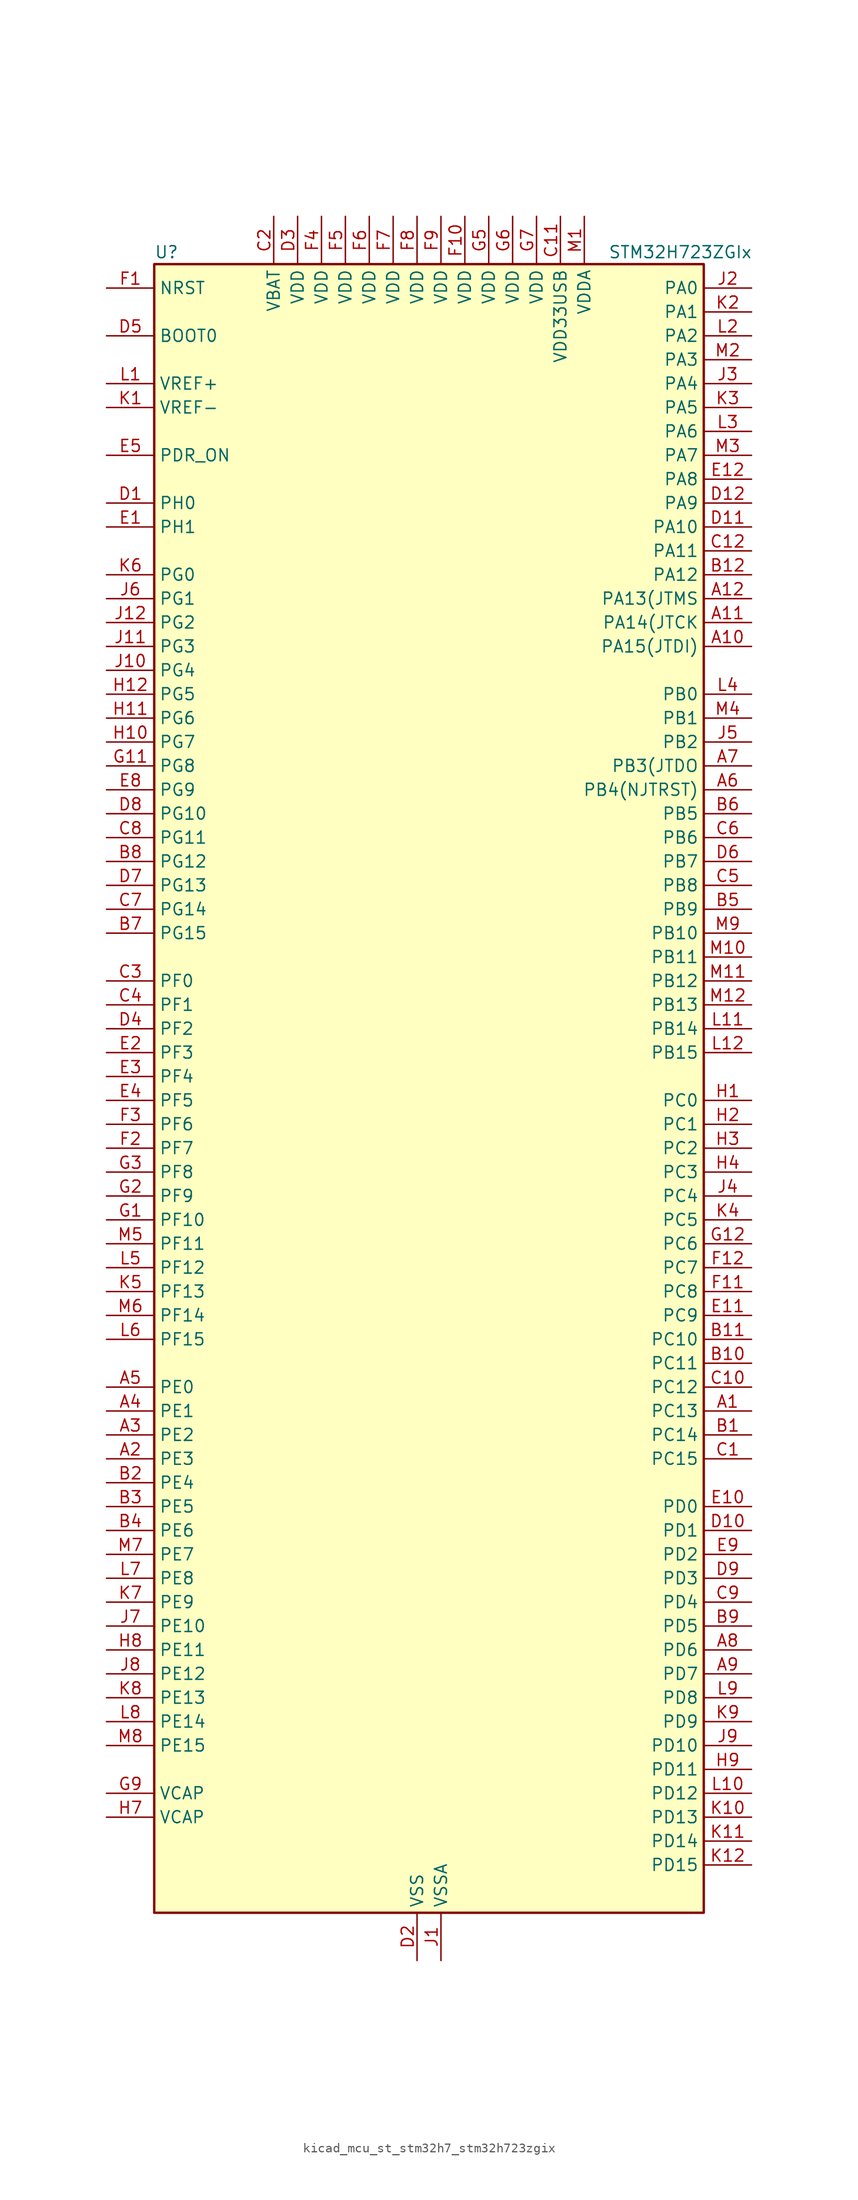
<source format=kicad_sym>
(kicad_symbol_lib
  (version 20220914)
  (generator kicad_symbol_editor)
  (symbol "kicad_mcu_st_stm32h7_stm32h723zgix"
    (property "Reference" "U"
      (at -27.94 90.17 0)
      (effects (font (size 1.27 1.27)) (justify left)))
    (property "Value" "STM32H723ZGIx"
      (at 20.32 90.17 0)
      (effects (font (size 1.27 1.27)) (justify left)))
    (property "ki_locked" ""
      (at 0 0 0)
      (effects (font (size 1.27 1.27))))
    (symbol "kicad_mcu_st_stm32h7_stm32h723zgix_0_1"
      (rectangle (start -27.94 -86.36) (end 30.48 88.9) (stroke (width 0.254) (type default)) (fill (type background))))
    (symbol "kicad_mcu_st_stm32h7_stm32h723zgix_1_1"
      (pin bidirectional line (at 35.56 -33.02 180) (length 5.08) (name "PC13" (effects (font (size 1.27 1.27)))) (number "A1" (effects (font (size 1.27 1.27)))) (alternate "PWR_WKUP4" bidirectional line) (alternate "RTC_OUT_ALARM" bidirectional line) (alternate "RTC_OUT_CALIB" bidirectional line) (alternate "RTC_TAMP1" bidirectional line) (alternate "RTC_TS" bidirectional line))
      (pin bidirectional line (at 35.56 48.26 180) (length 5.08) (name "PA15(JTDI)" (effects (font (size 1.27 1.27)))) (number "A10" (effects (font (size 1.27 1.27)))) (alternate "ADC1_EXTI15" bidirectional line) (alternate "ADC2_EXTI15" bidirectional line) (alternate "ADC3_EXTI15" bidirectional line) (alternate "CEC" bidirectional line) (alternate "DEBUG_JTDI" bidirectional line) (alternate "I2S1_WS" bidirectional line) (alternate "I2S3_WS" bidirectional line) (alternate "I2S6_WS" bidirectional line) (alternate "LTDC_B6" bidirectional line) (alternate "LTDC_R3" bidirectional line) (alternate "SPI1_NSS" bidirectional line) (alternate "SPI3_NSS" bidirectional line) (alternate "SPI6_NSS" bidirectional line) (alternate "TIM2_CH1" bidirectional line) (alternate "TIM2_ETR" bidirectional line) (alternate "UART4_DE" bidirectional line) (alternate "UART4_RTS" bidirectional line) (alternate "UART7_TX" bidirectional line))
      (pin bidirectional line (at 35.56 50.8 180) (length 5.08) (name "PA14(JTCK" (effects (font (size 1.27 1.27)))) (number "A11" (effects (font (size 1.27 1.27)))) (alternate "DEBUG_JTCK-SWCLK" bidirectional line))
      (pin bidirectional line (at 35.56 53.34 180) (length 5.08) (name "PA13(JTMS" (effects (font (size 1.27 1.27)))) (number "A12" (effects (font (size 1.27 1.27)))) (alternate "DEBUG_JTMS-SWDIO" bidirectional line))
      (pin bidirectional line (at -33.02 -38.1 0) (length 5.08) (name "PE3" (effects (font (size 1.27 1.27)))) (number "A2" (effects (font (size 1.27 1.27)))) (alternate "DEBUG_TRACED0" bidirectional line) (alternate "FMC_A19" bidirectional line) (alternate "SAI1_SD_B" bidirectional line) (alternate "SAI4_SD_B" bidirectional line) (alternate "TIM15_BKIN" bidirectional line) (alternate "USART10_TX" bidirectional line))
      (pin bidirectional line (at -33.02 -35.56 0) (length 5.08) (name "PE2" (effects (font (size 1.27 1.27)))) (number "A3" (effects (font (size 1.27 1.27)))) (alternate "DEBUG_TRACECLK" bidirectional line) (alternate "ETH_TXD3" bidirectional line) (alternate "FMC_A23" bidirectional line) (alternate "OCTOSPIM_P1_IO2" bidirectional line) (alternate "SAI1_CK1" bidirectional line) (alternate "SAI1_MCLK_A" bidirectional line) (alternate "SAI4_CK1" bidirectional line) (alternate "SAI4_MCLK_A" bidirectional line) (alternate "SPI4_SCK" bidirectional line) (alternate "USART10_RX" bidirectional line))
      (pin bidirectional line (at -33.02 -33.02 0) (length 5.08) (name "PE1" (effects (font (size 1.27 1.27)))) (number "A4" (effects (font (size 1.27 1.27)))) (alternate "DCMI_D3" bidirectional line) (alternate "FMC_NBL1" bidirectional line) (alternate "LPTIM1_IN2" bidirectional line) (alternate "LTDC_R6" bidirectional line) (alternate "PSSI_D3" bidirectional line) (alternate "UART8_TX" bidirectional line))
      (pin bidirectional line (at -33.02 -30.48 0) (length 5.08) (name "PE0" (effects (font (size 1.27 1.27)))) (number "A5" (effects (font (size 1.27 1.27)))) (alternate "DCMI_D2" bidirectional line) (alternate "FMC_NBL0" bidirectional line) (alternate "LPTIM1_ETR" bidirectional line) (alternate "LPTIM2_ETR" bidirectional line) (alternate "LTDC_R0" bidirectional line) (alternate "PSSI_D2" bidirectional line) (alternate "SAI4_MCLK_A" bidirectional line) (alternate "TIM4_ETR" bidirectional line) (alternate "UART8_RX" bidirectional line))
      (pin bidirectional line (at 35.56 33.02 180) (length 5.08) (name "PB4(NJTRST)" (effects (font (size 1.27 1.27)))) (number "A6" (effects (font (size 1.27 1.27)))) (alternate "DEBUG_JTRST" bidirectional line) (alternate "I2S1_SDI" bidirectional line) (alternate "I2S2_WS" bidirectional line) (alternate "I2S3_SDI" bidirectional line) (alternate "I2S6_SDI" bidirectional line) (alternate "SDMMC2_D3" bidirectional line) (alternate "SPI1_MISO" bidirectional line) (alternate "SPI2_NSS" bidirectional line) (alternate "SPI3_MISO" bidirectional line) (alternate "SPI6_MISO" bidirectional line) (alternate "TIM16_BKIN" bidirectional line) (alternate "TIM3_CH1" bidirectional line) (alternate "UART7_TX" bidirectional line))
      (pin bidirectional line (at 35.56 35.56 180) (length 5.08) (name "PB3(JTDO" (effects (font (size 1.27 1.27)))) (number "A7" (effects (font (size 1.27 1.27)))) (alternate "CRS_SYNC" bidirectional line) (alternate "DEBUG_JTDO-SWO" bidirectional line) (alternate "I2S1_CK" bidirectional line) (alternate "I2S3_CK" bidirectional line) (alternate "I2S6_CK" bidirectional line) (alternate "SDMMC2_D2" bidirectional line) (alternate "SPI1_SCK" bidirectional line) (alternate "SPI3_SCK" bidirectional line) (alternate "SPI6_SCK" bidirectional line) (alternate "TIM24_ETR" bidirectional line) (alternate "TIM2_CH2" bidirectional line) (alternate "UART7_RX" bidirectional line))
      (pin bidirectional line (at 35.56 -58.42 180) (length 5.08) (name "PD6" (effects (font (size 1.27 1.27)))) (number "A8" (effects (font (size 1.27 1.27)))) (alternate "DCMI_D10" bidirectional line) (alternate "DFSDM1_CKIN4" bidirectional line) (alternate "DFSDM1_DATIN1" bidirectional line) (alternate "FMC_NWAIT" bidirectional line) (alternate "I2S3_SDO" bidirectional line) (alternate "LTDC_B2" bidirectional line) (alternate "OCTOSPIM_P1_IO6" bidirectional line) (alternate "PSSI_D10" bidirectional line) (alternate "SAI1_D1" bidirectional line) (alternate "SAI1_SD_A" bidirectional line) (alternate "SAI4_D1" bidirectional line) (alternate "SAI4_SD_A" bidirectional line) (alternate "SDMMC2_CK" bidirectional line) (alternate "SPI3_MOSI" bidirectional line) (alternate "USART2_RX" bidirectional line))
      (pin bidirectional line (at 35.56 -60.96 180) (length 5.08) (name "PD7" (effects (font (size 1.27 1.27)))) (number "A9" (effects (font (size 1.27 1.27)))) (alternate "DFSDM1_CKIN1" bidirectional line) (alternate "DFSDM1_DATIN4" bidirectional line) (alternate "FMC_NE1" bidirectional line) (alternate "I2S1_SDO" bidirectional line) (alternate "OCTOSPIM_P1_IO7" bidirectional line) (alternate "SDMMC2_CMD" bidirectional line) (alternate "SPDIFRX1_IN0" bidirectional line) (alternate "SPI1_MOSI" bidirectional line) (alternate "USART2_CK" bidirectional line))
      (pin bidirectional line (at 35.56 -35.56 180) (length 5.08) (name "PC14" (effects (font (size 1.27 1.27)))) (number "B1" (effects (font (size 1.27 1.27)))) (alternate "RCC_OSC32_IN" bidirectional line))
      (pin bidirectional line (at 35.56 -27.94 180) (length 5.08) (name "PC11" (effects (font (size 1.27 1.27)))) (number "B10" (effects (font (size 1.27 1.27)))) (alternate "ADC1_EXTI11" bidirectional line) (alternate "ADC2_EXTI11" bidirectional line) (alternate "ADC3_EXTI11" bidirectional line) (alternate "DCMI_D4" bidirectional line) (alternate "DFSDM1_DATIN5" bidirectional line) (alternate "I2C5_SCL" bidirectional line) (alternate "I2S3_SDI" bidirectional line) (alternate "LTDC_B4" bidirectional line) (alternate "OCTOSPIM_P1_NCS" bidirectional line) (alternate "PSSI_D4" bidirectional line) (alternate "SDMMC1_D3" bidirectional line) (alternate "SPI3_MISO" bidirectional line) (alternate "UART4_RX" bidirectional line) (alternate "USART3_RX" bidirectional line))
      (pin bidirectional line (at 35.56 -25.4 180) (length 5.08) (name "PC10" (effects (font (size 1.27 1.27)))) (number "B11" (effects (font (size 1.27 1.27)))) (alternate "DCMI_D8" bidirectional line) (alternate "DFSDM1_CKIN5" bidirectional line) (alternate "I2C5_SDA" bidirectional line) (alternate "I2S3_CK" bidirectional line) (alternate "LTDC_B1" bidirectional line) (alternate "LTDC_R2" bidirectional line) (alternate "OCTOSPIM_P1_IO1" bidirectional line) (alternate "PSSI_D8" bidirectional line) (alternate "SDMMC1_D2" bidirectional line) (alternate "SPI3_SCK" bidirectional line) (alternate "SWPMI1_RX" bidirectional line) (alternate "UART4_TX" bidirectional line) (alternate "USART3_TX" bidirectional line))
      (pin bidirectional line (at 35.56 55.88 180) (length 5.08) (name "PA12" (effects (font (size 1.27 1.27)))) (number "B12" (effects (font (size 1.27 1.27)))) (alternate "FDCAN1_TX" bidirectional line) (alternate "I2S2_CK" bidirectional line) (alternate "LPUART1_DE" bidirectional line) (alternate "LPUART1_RTS" bidirectional line) (alternate "LTDC_R5" bidirectional line) (alternate "SAI4_FS_B" bidirectional line) (alternate "SPI2_SCK" bidirectional line) (alternate "TIM1_BKIN2" bidirectional line) (alternate "TIM1_ETR" bidirectional line) (alternate "UART4_TX" bidirectional line) (alternate "USART1_DE" bidirectional line) (alternate "USART1_RTS" bidirectional line) (alternate "USB_OTG_HS_DP" bidirectional line))
      (pin bidirectional line (at -33.02 -40.64 0) (length 5.08) (name "PE4" (effects (font (size 1.27 1.27)))) (number "B2" (effects (font (size 1.27 1.27)))) (alternate "DCMI_D4" bidirectional line) (alternate "DEBUG_TRACED1" bidirectional line) (alternate "DFSDM1_DATIN3" bidirectional line) (alternate "FMC_A20" bidirectional line) (alternate "LTDC_B0" bidirectional line) (alternate "PSSI_D4" bidirectional line) (alternate "SAI1_D2" bidirectional line) (alternate "SAI1_FS_A" bidirectional line) (alternate "SAI4_D2" bidirectional line) (alternate "SAI4_FS_A" bidirectional line) (alternate "SPI4_NSS" bidirectional line) (alternate "TIM15_CH1N" bidirectional line))
      (pin bidirectional line (at -33.02 -43.18 0) (length 5.08) (name "PE5" (effects (font (size 1.27 1.27)))) (number "B3" (effects (font (size 1.27 1.27)))) (alternate "DCMI_D6" bidirectional line) (alternate "DEBUG_TRACED2" bidirectional line) (alternate "DFSDM1_CKIN3" bidirectional line) (alternate "FMC_A21" bidirectional line) (alternate "LTDC_G0" bidirectional line) (alternate "PSSI_D6" bidirectional line) (alternate "SAI1_CK2" bidirectional line) (alternate "SAI1_SCK_A" bidirectional line) (alternate "SAI4_CK2" bidirectional line) (alternate "SAI4_SCK_A" bidirectional line) (alternate "SPI4_MISO" bidirectional line) (alternate "TIM15_CH1" bidirectional line))
      (pin bidirectional line (at -33.02 -45.72 0) (length 5.08) (name "PE6" (effects (font (size 1.27 1.27)))) (number "B4" (effects (font (size 1.27 1.27)))) (alternate "DCMI_D7" bidirectional line) (alternate "DEBUG_TRACED3" bidirectional line) (alternate "FMC_A22" bidirectional line) (alternate "LTDC_G1" bidirectional line) (alternate "PSSI_D7" bidirectional line) (alternate "SAI1_D1" bidirectional line) (alternate "SAI1_SD_A" bidirectional line) (alternate "SAI4_D1" bidirectional line) (alternate "SAI4_MCLK_B" bidirectional line) (alternate "SAI4_SD_A" bidirectional line) (alternate "SPI4_MOSI" bidirectional line) (alternate "TIM15_CH2" bidirectional line) (alternate "TIM1_BKIN2" bidirectional line) (alternate "TIM1_BKIN2_COMP1" bidirectional line) (alternate "TIM1_BKIN2_COMP2" bidirectional line))
      (pin bidirectional line (at 35.56 20.32 180) (length 5.08) (name "PB9" (effects (font (size 1.27 1.27)))) (number "B5" (effects (font (size 1.27 1.27)))) (alternate "DAC1_EXTI9" bidirectional line) (alternate "DCMI_D7" bidirectional line) (alternate "DFSDM1_DATIN7" bidirectional line) (alternate "FDCAN1_TX" bidirectional line) (alternate "I2C1_SDA" bidirectional line) (alternate "I2C4_SDA" bidirectional line) (alternate "I2C4_SMBA" bidirectional line) (alternate "I2S2_WS" bidirectional line) (alternate "LTDC_B7" bidirectional line) (alternate "PSSI_D7" bidirectional line) (alternate "SDMMC1_CDIR" bidirectional line) (alternate "SDMMC1_D5" bidirectional line) (alternate "SDMMC2_D5" bidirectional line) (alternate "SPI2_NSS" bidirectional line) (alternate "TIM17_CH1" bidirectional line) (alternate "TIM4_CH4" bidirectional line) (alternate "UART4_TX" bidirectional line))
      (pin bidirectional line (at 35.56 30.48 180) (length 5.08) (name "PB5" (effects (font (size 1.27 1.27)))) (number "B6" (effects (font (size 1.27 1.27)))) (alternate "DCMI_D10" bidirectional line) (alternate "ETH_PPS_OUT" bidirectional line) (alternate "FDCAN2_RX" bidirectional line) (alternate "FMC_SDCKE1" bidirectional line) (alternate "I2C1_SMBA" bidirectional line) (alternate "I2C4_SMBA" bidirectional line) (alternate "I2S1_SDO" bidirectional line) (alternate "I2S3_SDO" bidirectional line) (alternate "I2S6_SDO" bidirectional line) (alternate "LTDC_B5" bidirectional line) (alternate "PSSI_D10" bidirectional line) (alternate "SPI1_MOSI" bidirectional line) (alternate "SPI3_MOSI" bidirectional line) (alternate "SPI6_MOSI" bidirectional line) (alternate "TIM17_BKIN" bidirectional line) (alternate "TIM3_CH2" bidirectional line) (alternate "UART5_RX" bidirectional line) (alternate "USB_OTG_HS_ULPI_D7" bidirectional line))
      (pin bidirectional line (at -33.02 17.78 0) (length 5.08) (name "PG15" (effects (font (size 1.27 1.27)))) (number "B7" (effects (font (size 1.27 1.27)))) (alternate "ADC1_EXTI15" bidirectional line) (alternate "ADC2_EXTI15" bidirectional line) (alternate "ADC3_EXTI15" bidirectional line) (alternate "DCMI_D13" bidirectional line) (alternate "FMC_SDNCAS" bidirectional line) (alternate "OCTOSPIM_P2_DQS" bidirectional line) (alternate "PSSI_D13" bidirectional line) (alternate "USART10_CK" bidirectional line) (alternate "USART6_CTS" bidirectional line) (alternate "USART6_NSS" bidirectional line))
      (pin bidirectional line (at -33.02 25.4 0) (length 5.08) (name "PG12" (effects (font (size 1.27 1.27)))) (number "B8" (effects (font (size 1.27 1.27)))) (alternate "ETH_TXD1" bidirectional line) (alternate "FMC_NE4" bidirectional line) (alternate "I2S6_SDI" bidirectional line) (alternate "LPTIM1_IN1" bidirectional line) (alternate "LTDC_B1" bidirectional line) (alternate "LTDC_B4" bidirectional line) (alternate "OCTOSPIM_P2_NCS" bidirectional line) (alternate "SDMMC2_D3" bidirectional line) (alternate "SPDIFRX1_IN1" bidirectional line) (alternate "SPI6_MISO" bidirectional line) (alternate "TIM23_CH1" bidirectional line) (alternate "USART10_TX" bidirectional line) (alternate "USART6_DE" bidirectional line) (alternate "USART6_RTS" bidirectional line))
      (pin bidirectional line (at 35.56 -55.88 180) (length 5.08) (name "PD5" (effects (font (size 1.27 1.27)))) (number "B9" (effects (font (size 1.27 1.27)))) (alternate "FMC_NWE" bidirectional line) (alternate "OCTOSPIM_P1_IO5" bidirectional line) (alternate "USART2_TX" bidirectional line))
      (pin bidirectional line (at 35.56 -38.1 180) (length 5.08) (name "PC15" (effects (font (size 1.27 1.27)))) (number "C1" (effects (font (size 1.27 1.27)))) (alternate "ADC1_EXTI15" bidirectional line) (alternate "ADC2_EXTI15" bidirectional line) (alternate "ADC3_EXTI15" bidirectional line) (alternate "RCC_OSC32_OUT" bidirectional line))
      (pin bidirectional line (at 35.56 -30.48 180) (length 5.08) (name "PC12" (effects (font (size 1.27 1.27)))) (number "C10" (effects (font (size 1.27 1.27)))) (alternate "DCMI_D9" bidirectional line) (alternate "DEBUG_TRACED3" bidirectional line) (alternate "FMC_D6" bidirectional line) (alternate "FMC_DA6" bidirectional line) (alternate "I2C5_SMBA" bidirectional line) (alternate "I2S3_SDO" bidirectional line) (alternate "I2S6_CK" bidirectional line) (alternate "LTDC_R6" bidirectional line) (alternate "PSSI_D9" bidirectional line) (alternate "SDMMC1_CK" bidirectional line) (alternate "SPI3_MOSI" bidirectional line) (alternate "SPI6_SCK" bidirectional line) (alternate "TIM15_CH1" bidirectional line) (alternate "UART5_TX" bidirectional line) (alternate "USART3_CK" bidirectional line))
      (pin power_in line (at 15.24 93.98 270) (length 5.08) (name "VDD33USB" (effects (font (size 1.27 1.27)))) (number "C11" (effects (font (size 1.27 1.27)))))
      (pin bidirectional line (at 35.56 58.42 180) (length 5.08) (name "PA11" (effects (font (size 1.27 1.27)))) (number "C12" (effects (font (size 1.27 1.27)))) (alternate "ADC1_EXTI11" bidirectional line) (alternate "ADC2_EXTI11" bidirectional line) (alternate "ADC3_EXTI11" bidirectional line) (alternate "FDCAN1_RX" bidirectional line) (alternate "I2S2_WS" bidirectional line) (alternate "LPUART1_CTS" bidirectional line) (alternate "LTDC_R4" bidirectional line) (alternate "SPI2_NSS" bidirectional line) (alternate "TIM1_CH4" bidirectional line) (alternate "UART4_RX" bidirectional line) (alternate "USART1_CTS" bidirectional line) (alternate "USART1_NSS" bidirectional line) (alternate "USB_OTG_HS_DM" bidirectional line))
      (pin power_in line (at -15.24 93.98 270) (length 5.08) (name "VBAT" (effects (font (size 1.27 1.27)))) (number "C2" (effects (font (size 1.27 1.27)))))
      (pin bidirectional line (at -33.02 12.7 0) (length 5.08) (name "PF0" (effects (font (size 1.27 1.27)))) (number "C3" (effects (font (size 1.27 1.27)))) (alternate "FMC_A0" bidirectional line) (alternate "I2C2_SDA" bidirectional line) (alternate "I2C5_SDA" bidirectional line) (alternate "OCTOSPIM_P2_IO0" bidirectional line) (alternate "TIM23_CH1" bidirectional line))
      (pin bidirectional line (at -33.02 10.16 0) (length 5.08) (name "PF1" (effects (font (size 1.27 1.27)))) (number "C4" (effects (font (size 1.27 1.27)))) (alternate "FMC_A1" bidirectional line) (alternate "I2C2_SCL" bidirectional line) (alternate "I2C5_SCL" bidirectional line) (alternate "OCTOSPIM_P2_IO1" bidirectional line) (alternate "TIM23_CH2" bidirectional line))
      (pin bidirectional line (at 35.56 22.86 180) (length 5.08) (name "PB8" (effects (font (size 1.27 1.27)))) (number "C5" (effects (font (size 1.27 1.27)))) (alternate "DCMI_D6" bidirectional line) (alternate "DFSDM1_CKIN7" bidirectional line) (alternate "ETH_TXD3" bidirectional line) (alternate "FDCAN1_RX" bidirectional line) (alternate "I2C1_SCL" bidirectional line) (alternate "I2C4_SCL" bidirectional line) (alternate "LTDC_B6" bidirectional line) (alternate "PSSI_D6" bidirectional line) (alternate "SDMMC1_CKIN" bidirectional line) (alternate "SDMMC1_D4" bidirectional line) (alternate "SDMMC2_D4" bidirectional line) (alternate "TIM16_CH1" bidirectional line) (alternate "TIM4_CH3" bidirectional line) (alternate "UART4_RX" bidirectional line))
      (pin bidirectional line (at 35.56 27.94 180) (length 5.08) (name "PB6" (effects (font (size 1.27 1.27)))) (number "C6" (effects (font (size 1.27 1.27)))) (alternate "CEC" bidirectional line) (alternate "DCMI_D5" bidirectional line) (alternate "DFSDM1_DATIN5" bidirectional line) (alternate "FDCAN2_TX" bidirectional line) (alternate "FMC_SDNE1" bidirectional line) (alternate "I2C1_SCL" bidirectional line) (alternate "I2C4_SCL" bidirectional line) (alternate "LPUART1_TX" bidirectional line) (alternate "OCTOSPIM_P1_NCS" bidirectional line) (alternate "PSSI_D5" bidirectional line) (alternate "TIM16_CH1N" bidirectional line) (alternate "TIM4_CH1" bidirectional line) (alternate "UART5_TX" bidirectional line) (alternate "USART1_TX" bidirectional line))
      (pin bidirectional line (at -33.02 20.32 0) (length 5.08) (name "PG14" (effects (font (size 1.27 1.27)))) (number "C7" (effects (font (size 1.27 1.27)))) (alternate "DEBUG_TRACED1" bidirectional line) (alternate "ETH_TXD1" bidirectional line) (alternate "FMC_A25" bidirectional line) (alternate "I2S6_SDO" bidirectional line) (alternate "LPTIM1_ETR" bidirectional line) (alternate "LTDC_B0" bidirectional line) (alternate "OCTOSPIM_P1_IO7" bidirectional line) (alternate "SDMMC2_D7" bidirectional line) (alternate "SPI6_MOSI" bidirectional line) (alternate "TIM23_CH3" bidirectional line) (alternate "USART10_DE" bidirectional line) (alternate "USART10_RTS" bidirectional line) (alternate "USART6_TX" bidirectional line))
      (pin bidirectional line (at -33.02 27.94 0) (length 5.08) (name "PG11" (effects (font (size 1.27 1.27)))) (number "C8" (effects (font (size 1.27 1.27)))) (alternate "ADC1_EXTI11" bidirectional line) (alternate "ADC2_EXTI11" bidirectional line) (alternate "ADC3_EXTI11" bidirectional line) (alternate "DCMI_D3" bidirectional line) (alternate "ETH_TX_EN" bidirectional line) (alternate "I2S1_CK" bidirectional line) (alternate "LPTIM1_IN2" bidirectional line) (alternate "LTDC_B3" bidirectional line) (alternate "OCTOSPIM_P2_IO7" bidirectional line) (alternate "PSSI_D3" bidirectional line) (alternate "SDMMC2_D2" bidirectional line) (alternate "SPDIFRX1_IN0" bidirectional line) (alternate "SPI1_SCK" bidirectional line) (alternate "USART10_RX" bidirectional line))
      (pin bidirectional line (at 35.56 -53.34 180) (length 5.08) (name "PD4" (effects (font (size 1.27 1.27)))) (number "C9" (effects (font (size 1.27 1.27)))) (alternate "FMC_NOE" bidirectional line) (alternate "OCTOSPIM_P1_IO4" bidirectional line) (alternate "USART2_DE" bidirectional line) (alternate "USART2_RTS" bidirectional line))
      (pin bidirectional line (at -33.02 63.5 0) (length 5.08) (name "PH0" (effects (font (size 1.27 1.27)))) (number "D1" (effects (font (size 1.27 1.27)))) (alternate "RCC_OSC_IN" bidirectional line))
      (pin bidirectional line (at 35.56 -45.72 180) (length 5.08) (name "PD1" (effects (font (size 1.27 1.27)))) (number "D10" (effects (font (size 1.27 1.27)))) (alternate "DFSDM1_DATIN6" bidirectional line) (alternate "FDCAN1_TX" bidirectional line) (alternate "FMC_D3" bidirectional line) (alternate "FMC_DA3" bidirectional line) (alternate "UART4_TX" bidirectional line))
      (pin bidirectional line (at 35.56 60.96 180) (length 5.08) (name "PA10" (effects (font (size 1.27 1.27)))) (number "D11" (effects (font (size 1.27 1.27)))) (alternate "DCMI_D1" bidirectional line) (alternate "LPUART1_RX" bidirectional line) (alternate "LTDC_B1" bidirectional line) (alternate "LTDC_B4" bidirectional line) (alternate "MDIOS_MDIO" bidirectional line) (alternate "PSSI_D1" bidirectional line) (alternate "TIM1_CH3" bidirectional line) (alternate "USART1_RX" bidirectional line) (alternate "USB_OTG_HS_ID" bidirectional line))
      (pin bidirectional line (at 35.56 63.5 180) (length 5.08) (name "PA9" (effects (font (size 1.27 1.27)))) (number "D12" (effects (font (size 1.27 1.27)))) (alternate "DAC1_EXTI9" bidirectional line) (alternate "DCMI_D0" bidirectional line) (alternate "ETH_TX_ER" bidirectional line) (alternate "I2C3_SMBA" bidirectional line) (alternate "I2C5_SMBA" bidirectional line) (alternate "I2S2_CK" bidirectional line) (alternate "LPUART1_TX" bidirectional line) (alternate "LTDC_R5" bidirectional line) (alternate "PSSI_D0" bidirectional line) (alternate "SPI2_SCK" bidirectional line) (alternate "TIM1_CH2" bidirectional line) (alternate "USART1_TX" bidirectional line) (alternate "USB_OTG_HS_VBUS" bidirectional line))
      (pin power_in line (at 0 -91.44 90) (length 5.08) (name "VSS" (effects (font (size 1.27 1.27)))) (number "D2" (effects (font (size 1.27 1.27)))))
      (pin power_in line (at -12.7 93.98 270) (length 5.08) (name "VDD" (effects (font (size 1.27 1.27)))) (number "D3" (effects (font (size 1.27 1.27)))))
      (pin bidirectional line (at -33.02 7.62 0) (length 5.08) (name "PF2" (effects (font (size 1.27 1.27)))) (number "D4" (effects (font (size 1.27 1.27)))) (alternate "FMC_A2" bidirectional line) (alternate "I2C2_SMBA" bidirectional line) (alternate "I2C5_SMBA" bidirectional line) (alternate "OCTOSPIM_P2_IO2" bidirectional line) (alternate "TIM23_CH3" bidirectional line))
      (pin input line (at -33.02 81.28 0) (length 5.08) (name "BOOT0" (effects (font (size 1.27 1.27)))) (number "D5" (effects (font (size 1.27 1.27)))))
      (pin bidirectional line (at 35.56 25.4 180) (length 5.08) (name "PB7" (effects (font (size 1.27 1.27)))) (number "D6" (effects (font (size 1.27 1.27)))) (alternate "DCMI_VSYNC" bidirectional line) (alternate "DFSDM1_CKIN5" bidirectional line) (alternate "FMC_NL" bidirectional line) (alternate "I2C1_SDA" bidirectional line) (alternate "I2C4_SDA" bidirectional line) (alternate "LPUART1_RX" bidirectional line) (alternate "PSSI_RDY" bidirectional line) (alternate "PWR_PVD_IN" bidirectional line) (alternate "TIM17_CH1N" bidirectional line) (alternate "TIM4_CH2" bidirectional line) (alternate "USART1_RX" bidirectional line))
      (pin bidirectional line (at -33.02 22.86 0) (length 5.08) (name "PG13" (effects (font (size 1.27 1.27)))) (number "D7" (effects (font (size 1.27 1.27)))) (alternate "DEBUG_TRACED0" bidirectional line) (alternate "ETH_TXD0" bidirectional line) (alternate "FMC_A24" bidirectional line) (alternate "I2S6_CK" bidirectional line) (alternate "LPTIM1_OUT" bidirectional line) (alternate "LTDC_R0" bidirectional line) (alternate "SDMMC2_D6" bidirectional line) (alternate "SPI6_SCK" bidirectional line) (alternate "TIM23_CH2" bidirectional line) (alternate "USART10_CTS" bidirectional line) (alternate "USART10_NSS" bidirectional line) (alternate "USART6_CTS" bidirectional line) (alternate "USART6_NSS" bidirectional line))
      (pin bidirectional line (at -33.02 30.48 0) (length 5.08) (name "PG10" (effects (font (size 1.27 1.27)))) (number "D8" (effects (font (size 1.27 1.27)))) (alternate "DCMI_D2" bidirectional line) (alternate "FDCAN3_RX" bidirectional line) (alternate "FMC_NE3" bidirectional line) (alternate "I2S1_WS" bidirectional line) (alternate "LTDC_B2" bidirectional line) (alternate "LTDC_G3" bidirectional line) (alternate "OCTOSPIM_P2_IO6" bidirectional line) (alternate "PSSI_D2" bidirectional line) (alternate "SAI4_SD_B" bidirectional line) (alternate "SDMMC2_D1" bidirectional line) (alternate "SPI1_NSS" bidirectional line))
      (pin bidirectional line (at 35.56 -50.8 180) (length 5.08) (name "PD3" (effects (font (size 1.27 1.27)))) (number "D9" (effects (font (size 1.27 1.27)))) (alternate "DCMI_D5" bidirectional line) (alternate "DFSDM1_CKOUT" bidirectional line) (alternate "FMC_CLK" bidirectional line) (alternate "I2S2_CK" bidirectional line) (alternate "LTDC_G7" bidirectional line) (alternate "PSSI_D5" bidirectional line) (alternate "SPI2_SCK" bidirectional line) (alternate "USART2_CTS" bidirectional line) (alternate "USART2_NSS" bidirectional line))
      (pin bidirectional line (at -33.02 60.96 0) (length 5.08) (name "PH1" (effects (font (size 1.27 1.27)))) (number "E1" (effects (font (size 1.27 1.27)))) (alternate "RCC_OSC_OUT" bidirectional line))
      (pin bidirectional line (at 35.56 -43.18 180) (length 5.08) (name "PD0" (effects (font (size 1.27 1.27)))) (number "E10" (effects (font (size 1.27 1.27)))) (alternate "DFSDM1_CKIN6" bidirectional line) (alternate "FDCAN1_RX" bidirectional line) (alternate "FMC_D2" bidirectional line) (alternate "FMC_DA2" bidirectional line) (alternate "LTDC_B1" bidirectional line) (alternate "UART4_RX" bidirectional line) (alternate "UART9_CTS" bidirectional line))
      (pin bidirectional line (at 35.56 -22.86 180) (length 5.08) (name "PC9" (effects (font (size 1.27 1.27)))) (number "E11" (effects (font (size 1.27 1.27)))) (alternate "DAC1_EXTI9" bidirectional line) (alternate "DCMI_D3" bidirectional line) (alternate "I2C3_SDA" bidirectional line) (alternate "I2C5_SDA" bidirectional line) (alternate "I2S_CKIN" bidirectional line) (alternate "LTDC_B2" bidirectional line) (alternate "LTDC_G3" bidirectional line) (alternate "OCTOSPIM_P1_IO0" bidirectional line) (alternate "PSSI_D3" bidirectional line) (alternate "RCC_MCO_2" bidirectional line) (alternate "SDMMC1_D1" bidirectional line) (alternate "SWPMI1_SUSPEND" bidirectional line) (alternate "TIM3_CH4" bidirectional line) (alternate "TIM8_CH4" bidirectional line) (alternate "UART5_CTS" bidirectional line))
      (pin bidirectional line (at 35.56 66.04 180) (length 5.08) (name "PA8" (effects (font (size 1.27 1.27)))) (number "E12" (effects (font (size 1.27 1.27)))) (alternate "I2C3_SCL" bidirectional line) (alternate "I2C5_SCL" bidirectional line) (alternate "LTDC_B3" bidirectional line) (alternate "LTDC_R6" bidirectional line) (alternate "RCC_MCO_1" bidirectional line) (alternate "TIM1_CH1" bidirectional line) (alternate "TIM8_BKIN2" bidirectional line) (alternate "TIM8_BKIN2_COMP1" bidirectional line) (alternate "TIM8_BKIN2_COMP2" bidirectional line) (alternate "UART7_RX" bidirectional line) (alternate "USART1_CK" bidirectional line) (alternate "USB_OTG_HS_SOF" bidirectional line))
      (pin bidirectional line (at -33.02 5.08 0) (length 5.08) (name "PF3" (effects (font (size 1.27 1.27)))) (number "E2" (effects (font (size 1.27 1.27)))) (alternate "ADC3_INP5" bidirectional line) (alternate "FMC_A3" bidirectional line) (alternate "OCTOSPIM_P2_IO3" bidirectional line) (alternate "TIM23_CH4" bidirectional line))
      (pin bidirectional line (at -33.02 2.54 0) (length 5.08) (name "PF4" (effects (font (size 1.27 1.27)))) (number "E3" (effects (font (size 1.27 1.27)))) (alternate "ADC3_INN5" bidirectional line) (alternate "ADC3_INP9" bidirectional line) (alternate "FMC_A4" bidirectional line) (alternate "OCTOSPIM_P2_CLK" bidirectional line))
      (pin bidirectional line (at -33.02 0 0) (length 5.08) (name "PF5" (effects (font (size 1.27 1.27)))) (number "E4" (effects (font (size 1.27 1.27)))) (alternate "ADC3_INP4" bidirectional line) (alternate "FMC_A5" bidirectional line) (alternate "OCTOSPIM_P2_NCLK" bidirectional line))
      (pin input line (at -33.02 68.58 0) (length 5.08) (name "PDR_ON" (effects (font (size 1.27 1.27)))) (number "E5" (effects (font (size 1.27 1.27)))))
      (pin passive line (at 0 -91.44 90) (length 5.08) hide (name "VSS" (effects (font (size 1.27 1.27)))) (number "E6" (effects (font (size 1.27 1.27)))))
      (pin passive line (at 0 -91.44 90) (length 5.08) hide (name "VSS" (effects (font (size 1.27 1.27)))) (number "E7" (effects (font (size 1.27 1.27)))))
      (pin bidirectional line (at -33.02 33.02 0) (length 5.08) (name "PG9" (effects (font (size 1.27 1.27)))) (number "E8" (effects (font (size 1.27 1.27)))) (alternate "DAC1_EXTI9" bidirectional line) (alternate "DCMI_VSYNC" bidirectional line) (alternate "FDCAN3_TX" bidirectional line) (alternate "FMC_NCE" bidirectional line) (alternate "FMC_NE2" bidirectional line) (alternate "I2S1_SDI" bidirectional line) (alternate "OCTOSPIM_P1_IO6" bidirectional line) (alternate "PSSI_RDY" bidirectional line) (alternate "SAI4_FS_B" bidirectional line) (alternate "SDMMC2_D0" bidirectional line) (alternate "SPDIFRX1_IN3" bidirectional line) (alternate "SPI1_MISO" bidirectional line) (alternate "USART6_RX" bidirectional line))
      (pin bidirectional line (at 35.56 -48.26 180) (length 5.08) (name "PD2" (effects (font (size 1.27 1.27)))) (number "E9" (effects (font (size 1.27 1.27)))) (alternate "DCMI_D11" bidirectional line) (alternate "DEBUG_TRACED2" bidirectional line) (alternate "FMC_D7" bidirectional line) (alternate "FMC_DA7" bidirectional line) (alternate "LTDC_B2" bidirectional line) (alternate "LTDC_B7" bidirectional line) (alternate "PSSI_D11" bidirectional line) (alternate "SDMMC1_CMD" bidirectional line) (alternate "TIM15_BKIN" bidirectional line) (alternate "TIM3_ETR" bidirectional line) (alternate "UART5_RX" bidirectional line))
      (pin input line (at -33.02 86.36 0) (length 5.08) (name "NRST" (effects (font (size 1.27 1.27)))) (number "F1" (effects (font (size 1.27 1.27)))))
      (pin power_in line (at 5.08 93.98 270) (length 5.08) (name "VDD" (effects (font (size 1.27 1.27)))) (number "F10" (effects (font (size 1.27 1.27)))))
      (pin bidirectional line (at 35.56 -20.32 180) (length 5.08) (name "PC8" (effects (font (size 1.27 1.27)))) (number "F11" (effects (font (size 1.27 1.27)))) (alternate "DCMI_D2" bidirectional line) (alternate "DEBUG_TRACED1" bidirectional line) (alternate "FMC_INT" bidirectional line) (alternate "FMC_NCE" bidirectional line) (alternate "FMC_NE2" bidirectional line) (alternate "PSSI_D2" bidirectional line) (alternate "SDMMC1_D0" bidirectional line) (alternate "SWPMI1_RX" bidirectional line) (alternate "TIM3_CH3" bidirectional line) (alternate "TIM8_CH3" bidirectional line) (alternate "UART5_DE" bidirectional line) (alternate "UART5_RTS" bidirectional line) (alternate "USART6_CK" bidirectional line))
      (pin bidirectional line (at 35.56 -17.78 180) (length 5.08) (name "PC7" (effects (font (size 1.27 1.27)))) (number "F12" (effects (font (size 1.27 1.27)))) (alternate "DCMI_D1" bidirectional line) (alternate "DEBUG_TRGIO" bidirectional line) (alternate "DFSDM1_DATIN3" bidirectional line) (alternate "FMC_NE1" bidirectional line) (alternate "I2S3_MCK" bidirectional line) (alternate "LTDC_G6" bidirectional line) (alternate "PSSI_D1" bidirectional line) (alternate "SDMMC1_D123DIR" bidirectional line) (alternate "SDMMC1_D7" bidirectional line) (alternate "SDMMC2_D7" bidirectional line) (alternate "SWPMI1_TX" bidirectional line) (alternate "TIM3_CH2" bidirectional line) (alternate "TIM8_CH2" bidirectional line) (alternate "USART6_RX" bidirectional line))
      (pin bidirectional line (at -33.02 -5.08 0) (length 5.08) (name "PF7" (effects (font (size 1.27 1.27)))) (number "F2" (effects (font (size 1.27 1.27)))) (alternate "ADC3_INP3" bidirectional line) (alternate "FDCAN3_TX" bidirectional line) (alternate "OCTOSPIM_P1_IO2" bidirectional line) (alternate "SAI1_MCLK_B" bidirectional line) (alternate "SAI4_MCLK_B" bidirectional line) (alternate "SPI5_SCK" bidirectional line) (alternate "TIM17_CH1" bidirectional line) (alternate "TIM23_CH2" bidirectional line) (alternate "UART7_TX" bidirectional line))
      (pin bidirectional line (at -33.02 -2.54 0) (length 5.08) (name "PF6" (effects (font (size 1.27 1.27)))) (number "F3" (effects (font (size 1.27 1.27)))) (alternate "ADC3_INN4" bidirectional line) (alternate "ADC3_INP8" bidirectional line) (alternate "FDCAN3_RX" bidirectional line) (alternate "OCTOSPIM_P1_IO3" bidirectional line) (alternate "SAI1_SD_B" bidirectional line) (alternate "SAI4_SD_B" bidirectional line) (alternate "SPI5_NSS" bidirectional line) (alternate "TIM16_CH1" bidirectional line) (alternate "TIM23_CH1" bidirectional line) (alternate "UART7_RX" bidirectional line))
      (pin power_in line (at -10.16 93.98 270) (length 5.08) (name "VDD" (effects (font (size 1.27 1.27)))) (number "F4" (effects (font (size 1.27 1.27)))))
      (pin power_in line (at -7.62 93.98 270) (length 5.08) (name "VDD" (effects (font (size 1.27 1.27)))) (number "F5" (effects (font (size 1.27 1.27)))))
      (pin power_in line (at -5.08 93.98 270) (length 5.08) (name "VDD" (effects (font (size 1.27 1.27)))) (number "F6" (effects (font (size 1.27 1.27)))))
      (pin power_in line (at -2.54 93.98 270) (length 5.08) (name "VDD" (effects (font (size 1.27 1.27)))) (number "F7" (effects (font (size 1.27 1.27)))))
      (pin power_in line (at 0 93.98 270) (length 5.08) (name "VDD" (effects (font (size 1.27 1.27)))) (number "F8" (effects (font (size 1.27 1.27)))))
      (pin power_in line (at 2.54 93.98 270) (length 5.08) (name "VDD" (effects (font (size 1.27 1.27)))) (number "F9" (effects (font (size 1.27 1.27)))))
      (pin bidirectional line (at -33.02 -12.7 0) (length 5.08) (name "PF10" (effects (font (size 1.27 1.27)))) (number "G1" (effects (font (size 1.27 1.27)))) (alternate "ADC3_INN2" bidirectional line) (alternate "ADC3_INP6" bidirectional line) (alternate "DCMI_D11" bidirectional line) (alternate "LTDC_DE" bidirectional line) (alternate "OCTOSPIM_P1_CLK" bidirectional line) (alternate "PSSI_D11" bidirectional line) (alternate "PSSI_D15" bidirectional line) (alternate "SAI1_D3" bidirectional line) (alternate "SAI4_D3" bidirectional line) (alternate "TIM16_BKIN" bidirectional line))
      (pin passive line (at 0 -91.44 90) (length 5.08) hide (name "VSS" (effects (font (size 1.27 1.27)))) (number "G10" (effects (font (size 1.27 1.27)))))
      (pin bidirectional line (at -33.02 35.56 0) (length 5.08) (name "PG8" (effects (font (size 1.27 1.27)))) (number "G11" (effects (font (size 1.27 1.27)))) (alternate "ETH_PPS_OUT" bidirectional line) (alternate "FMC_SDCLK" bidirectional line) (alternate "I2S6_WS" bidirectional line) (alternate "LTDC_G7" bidirectional line) (alternate "SPDIFRX1_IN2" bidirectional line) (alternate "SPI6_NSS" bidirectional line) (alternate "TIM8_ETR" bidirectional line) (alternate "USART6_DE" bidirectional line) (alternate "USART6_RTS" bidirectional line))
      (pin bidirectional line (at 35.56 -15.24 180) (length 5.08) (name "PC6" (effects (font (size 1.27 1.27)))) (number "G12" (effects (font (size 1.27 1.27)))) (alternate "DCMI_D0" bidirectional line) (alternate "DFSDM1_CKIN3" bidirectional line) (alternate "FMC_NWAIT" bidirectional line) (alternate "I2S2_MCK" bidirectional line) (alternate "LTDC_HSYNC" bidirectional line) (alternate "PSSI_D0" bidirectional line) (alternate "SDMMC1_D0DIR" bidirectional line) (alternate "SDMMC1_D6" bidirectional line) (alternate "SDMMC2_D6" bidirectional line) (alternate "SWPMI1_IO" bidirectional line) (alternate "TIM3_CH1" bidirectional line) (alternate "TIM8_CH1" bidirectional line) (alternate "USART6_TX" bidirectional line))
      (pin bidirectional line (at -33.02 -10.16 0) (length 5.08) (name "PF9" (effects (font (size 1.27 1.27)))) (number "G2" (effects (font (size 1.27 1.27)))) (alternate "ADC3_INP2" bidirectional line) (alternate "DAC1_EXTI9" bidirectional line) (alternate "OCTOSPIM_P1_IO1" bidirectional line) (alternate "SAI1_FS_B" bidirectional line) (alternate "SAI4_FS_B" bidirectional line) (alternate "SPI5_MOSI" bidirectional line) (alternate "TIM14_CH1" bidirectional line) (alternate "TIM17_CH1N" bidirectional line) (alternate "TIM23_CH4" bidirectional line) (alternate "UART7_CTS" bidirectional line))
      (pin bidirectional line (at -33.02 -7.62 0) (length 5.08) (name "PF8" (effects (font (size 1.27 1.27)))) (number "G3" (effects (font (size 1.27 1.27)))) (alternate "ADC3_INN3" bidirectional line) (alternate "ADC3_INP7" bidirectional line) (alternate "OCTOSPIM_P1_IO0" bidirectional line) (alternate "SAI1_SCK_B" bidirectional line) (alternate "SAI4_SCK_B" bidirectional line) (alternate "SPI5_MISO" bidirectional line) (alternate "TIM13_CH1" bidirectional line) (alternate "TIM16_CH1N" bidirectional line) (alternate "TIM23_CH3" bidirectional line) (alternate "UART7_DE" bidirectional line) (alternate "UART7_RTS" bidirectional line))
      (pin passive line (at 0 -91.44 90) (length 5.08) hide (name "VSS" (effects (font (size 1.27 1.27)))) (number "G4" (effects (font (size 1.27 1.27)))))
      (pin power_in line (at 7.62 93.98 270) (length 5.08) (name "VDD" (effects (font (size 1.27 1.27)))) (number "G5" (effects (font (size 1.27 1.27)))))
      (pin power_in line (at 10.16 93.98 270) (length 5.08) (name "VDD" (effects (font (size 1.27 1.27)))) (number "G6" (effects (font (size 1.27 1.27)))))
      (pin power_in line (at 12.7 93.98 270) (length 5.08) (name "VDD" (effects (font (size 1.27 1.27)))) (number "G7" (effects (font (size 1.27 1.27)))))
      (pin passive line (at 0 -91.44 90) (length 5.08) hide (name "VSS" (effects (font (size 1.27 1.27)))) (number "G8" (effects (font (size 1.27 1.27)))))
      (pin power_out line (at -33.02 -73.66 0) (length 5.08) (name "VCAP" (effects (font (size 1.27 1.27)))) (number "G9" (effects (font (size 1.27 1.27)))))
      (pin bidirectional line (at 35.56 0 180) (length 5.08) (name "PC0" (effects (font (size 1.27 1.27)))) (number "H1" (effects (font (size 1.27 1.27)))) (alternate "ADC1_INP10" bidirectional line) (alternate "ADC2_INP10" bidirectional line) (alternate "ADC3_INP10" bidirectional line) (alternate "DFSDM1_CKIN0" bidirectional line) (alternate "DFSDM1_DATIN4" bidirectional line) (alternate "FMC_A25" bidirectional line) (alternate "FMC_D12" bidirectional line) (alternate "FMC_DA12" bidirectional line) (alternate "FMC_SDNWE" bidirectional line) (alternate "LTDC_G2" bidirectional line) (alternate "LTDC_R5" bidirectional line) (alternate "SAI4_FS_B" bidirectional line) (alternate "USB_OTG_HS_ULPI_STP" bidirectional line))
      (pin bidirectional line (at -33.02 38.1 0) (length 5.08) (name "PG7" (effects (font (size 1.27 1.27)))) (number "H10" (effects (font (size 1.27 1.27)))) (alternate "DCMI_D13" bidirectional line) (alternate "FMC_INT" bidirectional line) (alternate "LTDC_CLK" bidirectional line) (alternate "OCTOSPIM_P2_DQS" bidirectional line) (alternate "PSSI_D13" bidirectional line) (alternate "SAI1_MCLK_A" bidirectional line) (alternate "USART6_CK" bidirectional line))
      (pin bidirectional line (at -33.02 40.64 0) (length 5.08) (name "PG6" (effects (font (size 1.27 1.27)))) (number "H11" (effects (font (size 1.27 1.27)))) (alternate "DCMI_D12" bidirectional line) (alternate "FMC_NE3" bidirectional line) (alternate "LTDC_R7" bidirectional line) (alternate "OCTOSPIM_P1_NCS" bidirectional line) (alternate "PSSI_D12" bidirectional line) (alternate "TIM17_BKIN" bidirectional line))
      (pin bidirectional line (at -33.02 43.18 0) (length 5.08) (name "PG5" (effects (font (size 1.27 1.27)))) (number "H12" (effects (font (size 1.27 1.27)))) (alternate "FMC_A15" bidirectional line) (alternate "FMC_BA1" bidirectional line) (alternate "TIM1_ETR" bidirectional line))
      (pin bidirectional line (at 35.56 -2.54 180) (length 5.08) (name "PC1" (effects (font (size 1.27 1.27)))) (number "H2" (effects (font (size 1.27 1.27)))) (alternate "ADC1_INN10" bidirectional line) (alternate "ADC1_INP11" bidirectional line) (alternate "ADC2_INN10" bidirectional line) (alternate "ADC2_INP11" bidirectional line) (alternate "ADC3_INN10" bidirectional line) (alternate "ADC3_INP11" bidirectional line) (alternate "DEBUG_TRACED0" bidirectional line) (alternate "DFSDM1_CKIN4" bidirectional line) (alternate "DFSDM1_DATIN0" bidirectional line) (alternate "ETH_MDC" bidirectional line) (alternate "I2S2_SDO" bidirectional line) (alternate "LTDC_G5" bidirectional line) (alternate "MDIOS_MDC" bidirectional line) (alternate "OCTOSPIM_P1_IO4" bidirectional line) (alternate "PWR_WKUP6" bidirectional line) (alternate "RTC_TAMP3" bidirectional line) (alternate "SAI1_D1" bidirectional line) (alternate "SAI1_SD_A" bidirectional line) (alternate "SAI4_D1" bidirectional line) (alternate "SAI4_SD_A" bidirectional line) (alternate "SDMMC2_CK" bidirectional line) (alternate "SPI2_MOSI" bidirectional line))
      (pin bidirectional line (at 35.56 -5.08 180) (length 5.08) (name "PC2" (effects (font (size 1.27 1.27)))) (number "H3" (effects (font (size 1.27 1.27)))) (alternate "ADC1_INN11" bidirectional line) (alternate "ADC1_INP12" bidirectional line) (alternate "ADC2_INN11" bidirectional line) (alternate "ADC2_INP12" bidirectional line) (alternate "ADC3_INN11" bidirectional line) (alternate "ADC3_INP12" bidirectional line) (alternate "DFSDM1_CKIN1" bidirectional line) (alternate "DFSDM1_CKOUT" bidirectional line) (alternate "ETH_TXD2" bidirectional line) (alternate "FMC_SDNE0" bidirectional line) (alternate "I2S2_SDI" bidirectional line) (alternate "OCTOSPIM_P1_IO2" bidirectional line) (alternate "OCTOSPIM_P1_IO5" bidirectional line) (alternate "PWR_CSTOP" bidirectional line) (alternate "SPI2_MISO" bidirectional line) (alternate "USB_OTG_HS_ULPI_DIR" bidirectional line))
      (pin bidirectional line (at 35.56 -7.62 180) (length 5.08) (name "PC3" (effects (font (size 1.27 1.27)))) (number "H4" (effects (font (size 1.27 1.27)))) (alternate "ADC1_INN12" bidirectional line) (alternate "ADC1_INP13" bidirectional line) (alternate "ADC2_INN12" bidirectional line) (alternate "ADC2_INP13" bidirectional line) (alternate "DFSDM1_DATIN1" bidirectional line) (alternate "ETH_TX_CLK" bidirectional line) (alternate "FMC_SDCKE0" bidirectional line) (alternate "I2S2_SDO" bidirectional line) (alternate "OCTOSPIM_P1_IO0" bidirectional line) (alternate "OCTOSPIM_P1_IO6" bidirectional line) (alternate "PWR_CSLEEP" bidirectional line) (alternate "SPI2_MOSI" bidirectional line) (alternate "USB_OTG_HS_ULPI_NXT" bidirectional line))
      (pin passive line (at 0 -91.44 90) (length 5.08) hide (name "VSS" (effects (font (size 1.27 1.27)))) (number "H5" (effects (font (size 1.27 1.27)))))
      (pin passive line (at 0 -91.44 90) (length 5.08) hide (name "VSS" (effects (font (size 1.27 1.27)))) (number "H6" (effects (font (size 1.27 1.27)))))
      (pin power_out line (at -33.02 -76.2 0) (length 5.08) (name "VCAP" (effects (font (size 1.27 1.27)))) (number "H7" (effects (font (size 1.27 1.27)))))
      (pin bidirectional line (at -33.02 -58.42 0) (length 5.08) (name "PE11" (effects (font (size 1.27 1.27)))) (number "H8" (effects (font (size 1.27 1.27)))) (alternate "ADC1_EXTI11" bidirectional line) (alternate "ADC2_EXTI11" bidirectional line) (alternate "ADC3_EXTI11" bidirectional line) (alternate "COMP2_INP" bidirectional line) (alternate "DFSDM1_CKIN4" bidirectional line) (alternate "FMC_D8" bidirectional line) (alternate "FMC_DA8" bidirectional line) (alternate "LTDC_G3" bidirectional line) (alternate "OCTOSPIM_P1_NCS" bidirectional line) (alternate "SAI4_SD_B" bidirectional line) (alternate "SPI4_NSS" bidirectional line) (alternate "TIM1_CH2" bidirectional line))
      (pin bidirectional line (at 35.56 -71.12 180) (length 5.08) (name "PD11" (effects (font (size 1.27 1.27)))) (number "H9" (effects (font (size 1.27 1.27)))) (alternate "ADC1_EXTI11" bidirectional line) (alternate "ADC2_EXTI11" bidirectional line) (alternate "ADC3_EXTI11" bidirectional line) (alternate "FMC_A16" bidirectional line) (alternate "FMC_CLE" bidirectional line) (alternate "I2C4_SMBA" bidirectional line) (alternate "LPTIM2_IN2" bidirectional line) (alternate "OCTOSPIM_P1_IO0" bidirectional line) (alternate "SAI4_SD_A" bidirectional line) (alternate "USART3_CTS" bidirectional line) (alternate "USART3_NSS" bidirectional line))
      (pin power_in line (at 2.54 -91.44 90) (length 5.08) (name "VSSA" (effects (font (size 1.27 1.27)))) (number "J1" (effects (font (size 1.27 1.27)))))
      (pin bidirectional line (at -33.02 45.72 0) (length 5.08) (name "PG4" (effects (font (size 1.27 1.27)))) (number "J10" (effects (font (size 1.27 1.27)))) (alternate "FMC_A14" bidirectional line) (alternate "FMC_BA0" bidirectional line) (alternate "TIM1_BKIN2" bidirectional line) (alternate "TIM1_BKIN2_COMP1" bidirectional line) (alternate "TIM1_BKIN2_COMP2" bidirectional line))
      (pin bidirectional line (at -33.02 48.26 0) (length 5.08) (name "PG3" (effects (font (size 1.27 1.27)))) (number "J11" (effects (font (size 1.27 1.27)))) (alternate "FMC_A13" bidirectional line) (alternate "TIM23_ETR" bidirectional line) (alternate "TIM8_BKIN2" bidirectional line) (alternate "TIM8_BKIN2_COMP1" bidirectional line) (alternate "TIM8_BKIN2_COMP2" bidirectional line))
      (pin bidirectional line (at -33.02 50.8 0) (length 5.08) (name "PG2" (effects (font (size 1.27 1.27)))) (number "J12" (effects (font (size 1.27 1.27)))) (alternate "FMC_A12" bidirectional line) (alternate "TIM24_ETR" bidirectional line) (alternate "TIM8_BKIN" bidirectional line) (alternate "TIM8_BKIN_COMP1" bidirectional line) (alternate "TIM8_BKIN_COMP2" bidirectional line))
      (pin bidirectional line (at 35.56 86.36 180) (length 5.08) (name "PA0" (effects (font (size 1.27 1.27)))) (number "J2" (effects (font (size 1.27 1.27)))) (alternate "ADC1_INP16" bidirectional line) (alternate "ETH_CRS" bidirectional line) (alternate "FMC_A19" bidirectional line) (alternate "I2S6_WS" bidirectional line) (alternate "PWR_WKUP1" bidirectional line) (alternate "SAI4_SD_B" bidirectional line) (alternate "SDMMC2_CMD" bidirectional line) (alternate "SPI6_NSS" bidirectional line) (alternate "TIM15_BKIN" bidirectional line) (alternate "TIM2_CH1" bidirectional line) (alternate "TIM2_ETR" bidirectional line) (alternate "TIM5_CH1" bidirectional line) (alternate "TIM8_ETR" bidirectional line) (alternate "UART4_TX" bidirectional line) (alternate "USART2_CTS" bidirectional line) (alternate "USART2_NSS" bidirectional line))
      (pin bidirectional line (at 35.56 76.2 180) (length 5.08) (name "PA4" (effects (font (size 1.27 1.27)))) (number "J3" (effects (font (size 1.27 1.27)))) (alternate "ADC1_INP18" bidirectional line) (alternate "ADC2_INP18" bidirectional line) (alternate "DAC1_OUT1" bidirectional line) (alternate "DCMI_HSYNC" bidirectional line) (alternate "FMC_D8" bidirectional line) (alternate "FMC_DA8" bidirectional line) (alternate "I2S1_WS" bidirectional line) (alternate "I2S3_WS" bidirectional line) (alternate "I2S6_WS" bidirectional line) (alternate "LTDC_VSYNC" bidirectional line) (alternate "PSSI_DE" bidirectional line) (alternate "SPI1_NSS" bidirectional line) (alternate "SPI3_NSS" bidirectional line) (alternate "SPI6_NSS" bidirectional line) (alternate "TIM5_ETR" bidirectional line) (alternate "USART2_CK" bidirectional line))
      (pin bidirectional line (at 35.56 -10.16 180) (length 5.08) (name "PC4" (effects (font (size 1.27 1.27)))) (number "J4" (effects (font (size 1.27 1.27)))) (alternate "ADC1_INP4" bidirectional line) (alternate "ADC2_INP4" bidirectional line) (alternate "COMP1_INM" bidirectional line) (alternate "DFSDM1_CKIN2" bidirectional line) (alternate "ETH_RXD0" bidirectional line) (alternate "FMC_A22" bidirectional line) (alternate "FMC_SDNE0" bidirectional line) (alternate "I2S1_MCK" bidirectional line) (alternate "LTDC_R7" bidirectional line) (alternate "OPAMP1_VOUT" bidirectional line) (alternate "SDMMC2_CKIN" bidirectional line) (alternate "SPDIFRX1_IN2" bidirectional line))
      (pin bidirectional line (at 35.56 38.1 180) (length 5.08) (name "PB2" (effects (font (size 1.27 1.27)))) (number "J5" (effects (font (size 1.27 1.27)))) (alternate "COMP1_INP" bidirectional line) (alternate "DFSDM1_CKIN1" bidirectional line) (alternate "ETH_TX_ER" bidirectional line) (alternate "I2S3_SDO" bidirectional line) (alternate "OCTOSPIM_P1_CLK" bidirectional line) (alternate "OCTOSPIM_P1_DQS" bidirectional line) (alternate "RTC_OUT_ALARM" bidirectional line) (alternate "RTC_OUT_CALIB" bidirectional line) (alternate "SAI1_D1" bidirectional line) (alternate "SAI1_SD_A" bidirectional line) (alternate "SAI4_D1" bidirectional line) (alternate "SAI4_SD_A" bidirectional line) (alternate "SPI3_MOSI" bidirectional line) (alternate "TIM23_ETR" bidirectional line))
      (pin bidirectional line (at -33.02 53.34 0) (length 5.08) (name "PG1" (effects (font (size 1.27 1.27)))) (number "J6" (effects (font (size 1.27 1.27)))) (alternate "FMC_A11" bidirectional line) (alternate "OCTOSPIM_P2_IO5" bidirectional line) (alternate "OPAMP2_VINM" bidirectional line) (alternate "UART9_TX" bidirectional line))
      (pin bidirectional line (at -33.02 -55.88 0) (length 5.08) (name "PE10" (effects (font (size 1.27 1.27)))) (number "J7" (effects (font (size 1.27 1.27)))) (alternate "COMP2_INM" bidirectional line) (alternate "DFSDM1_DATIN4" bidirectional line) (alternate "FMC_D7" bidirectional line) (alternate "FMC_DA7" bidirectional line) (alternate "OCTOSPIM_P1_IO7" bidirectional line) (alternate "TIM1_CH2N" bidirectional line) (alternate "UART7_CTS" bidirectional line))
      (pin bidirectional line (at -33.02 -60.96 0) (length 5.08) (name "PE12" (effects (font (size 1.27 1.27)))) (number "J8" (effects (font (size 1.27 1.27)))) (alternate "COMP1_OUT" bidirectional line) (alternate "DFSDM1_DATIN5" bidirectional line) (alternate "FMC_D9" bidirectional line) (alternate "FMC_DA9" bidirectional line) (alternate "LTDC_B4" bidirectional line) (alternate "SAI4_SCK_B" bidirectional line) (alternate "SPI4_SCK" bidirectional line) (alternate "TIM1_CH3N" bidirectional line))
      (pin bidirectional line (at 35.56 -68.58 180) (length 5.08) (name "PD10" (effects (font (size 1.27 1.27)))) (number "J9" (effects (font (size 1.27 1.27)))) (alternate "DFSDM1_CKOUT" bidirectional line) (alternate "FMC_D15" bidirectional line) (alternate "FMC_DA15" bidirectional line) (alternate "LTDC_B3" bidirectional line) (alternate "USART3_CK" bidirectional line))
      (pin input line (at -33.02 73.66 0) (length 5.08) (name "VREF-" (effects (font (size 1.27 1.27)))) (number "K1" (effects (font (size 1.27 1.27)))))
      (pin bidirectional line (at 35.56 -76.2 180) (length 5.08) (name "PD13" (effects (font (size 1.27 1.27)))) (number "K10" (effects (font (size 1.27 1.27)))) (alternate "DCMI_D13" bidirectional line) (alternate "FDCAN3_TX" bidirectional line) (alternate "FMC_A18" bidirectional line) (alternate "I2C4_SDA" bidirectional line) (alternate "LPTIM1_OUT" bidirectional line) (alternate "OCTOSPIM_P1_IO3" bidirectional line) (alternate "PSSI_D13" bidirectional line) (alternate "SAI4_SCK_A" bidirectional line) (alternate "TIM4_CH2" bidirectional line) (alternate "UART9_DE" bidirectional line) (alternate "UART9_RTS" bidirectional line))
      (pin bidirectional line (at 35.56 -78.74 180) (length 5.08) (name "PD14" (effects (font (size 1.27 1.27)))) (number "K11" (effects (font (size 1.27 1.27)))) (alternate "FMC_D0" bidirectional line) (alternate "FMC_DA0" bidirectional line) (alternate "TIM4_CH3" bidirectional line) (alternate "UART8_CTS" bidirectional line) (alternate "UART9_RX" bidirectional line))
      (pin bidirectional line (at 35.56 -81.28 180) (length 5.08) (name "PD15" (effects (font (size 1.27 1.27)))) (number "K12" (effects (font (size 1.27 1.27)))) (alternate "ADC1_EXTI15" bidirectional line) (alternate "ADC2_EXTI15" bidirectional line) (alternate "ADC3_EXTI15" bidirectional line) (alternate "FMC_D1" bidirectional line) (alternate "FMC_DA1" bidirectional line) (alternate "TIM4_CH4" bidirectional line) (alternate "UART8_DE" bidirectional line) (alternate "UART8_RTS" bidirectional line) (alternate "UART9_TX" bidirectional line))
      (pin bidirectional line (at 35.56 83.82 180) (length 5.08) (name "PA1" (effects (font (size 1.27 1.27)))) (number "K2" (effects (font (size 1.27 1.27)))) (alternate "ADC1_INN16" bidirectional line) (alternate "ADC1_INP17" bidirectional line) (alternate "ETH_REF_CLK" bidirectional line) (alternate "ETH_RX_CLK" bidirectional line) (alternate "LPTIM3_OUT" bidirectional line) (alternate "LTDC_R2" bidirectional line) (alternate "OCTOSPIM_P1_DQS" bidirectional line) (alternate "OCTOSPIM_P1_IO3" bidirectional line) (alternate "SAI4_MCLK_B" bidirectional line) (alternate "TIM15_CH1N" bidirectional line) (alternate "TIM2_CH2" bidirectional line) (alternate "TIM5_CH2" bidirectional line) (alternate "UART4_RX" bidirectional line) (alternate "USART2_DE" bidirectional line) (alternate "USART2_RTS" bidirectional line))
      (pin bidirectional line (at 35.56 73.66 180) (length 5.08) (name "PA5" (effects (font (size 1.27 1.27)))) (number "K3" (effects (font (size 1.27 1.27)))) (alternate "ADC1_INN18" bidirectional line) (alternate "ADC1_INP19" bidirectional line) (alternate "ADC2_INN18" bidirectional line) (alternate "ADC2_INP19" bidirectional line) (alternate "DAC1_OUT2" bidirectional line) (alternate "FMC_D9" bidirectional line) (alternate "FMC_DA9" bidirectional line) (alternate "I2S1_CK" bidirectional line) (alternate "I2S6_CK" bidirectional line) (alternate "LTDC_R4" bidirectional line) (alternate "PSSI_D14" bidirectional line) (alternate "PWR_NDSTOP2" bidirectional line) (alternate "SPI1_SCK" bidirectional line) (alternate "SPI6_SCK" bidirectional line) (alternate "TIM2_CH1" bidirectional line) (alternate "TIM2_ETR" bidirectional line) (alternate "TIM8_CH1N" bidirectional line) (alternate "USB_OTG_HS_ULPI_CK" bidirectional line))
      (pin bidirectional line (at 35.56 -12.7 180) (length 5.08) (name "PC5" (effects (font (size 1.27 1.27)))) (number "K4" (effects (font (size 1.27 1.27)))) (alternate "ADC1_INN4" bidirectional line) (alternate "ADC1_INP8" bidirectional line) (alternate "ADC2_INN4" bidirectional line) (alternate "ADC2_INP8" bidirectional line) (alternate "COMP1_OUT" bidirectional line) (alternate "DFSDM1_DATIN2" bidirectional line) (alternate "ETH_RXD1" bidirectional line) (alternate "FMC_SDCKE0" bidirectional line) (alternate "LTDC_DE" bidirectional line) (alternate "OCTOSPIM_P1_DQS" bidirectional line) (alternate "OPAMP1_VINM" bidirectional line) (alternate "PSSI_D15" bidirectional line) (alternate "SAI1_D3" bidirectional line) (alternate "SAI4_D3" bidirectional line) (alternate "SPDIFRX1_IN3" bidirectional line))
      (pin bidirectional line (at -33.02 -20.32 0) (length 5.08) (name "PF13" (effects (font (size 1.27 1.27)))) (number "K5" (effects (font (size 1.27 1.27)))) (alternate "ADC2_INP2" bidirectional line) (alternate "DFSDM1_DATIN6" bidirectional line) (alternate "FMC_A7" bidirectional line) (alternate "I2C4_SMBA" bidirectional line) (alternate "TIM24_CH3" bidirectional line))
      (pin bidirectional line (at -33.02 55.88 0) (length 5.08) (name "PG0" (effects (font (size 1.27 1.27)))) (number "K6" (effects (font (size 1.27 1.27)))) (alternate "FMC_A10" bidirectional line) (alternate "OCTOSPIM_P2_IO4" bidirectional line) (alternate "UART9_RX" bidirectional line))
      (pin bidirectional line (at -33.02 -53.34 0) (length 5.08) (name "PE9" (effects (font (size 1.27 1.27)))) (number "K7" (effects (font (size 1.27 1.27)))) (alternate "COMP2_INP" bidirectional line) (alternate "DAC1_EXTI9" bidirectional line) (alternate "DFSDM1_CKOUT" bidirectional line) (alternate "FMC_D6" bidirectional line) (alternate "FMC_DA6" bidirectional line) (alternate "OCTOSPIM_P1_IO6" bidirectional line) (alternate "OPAMP2_VINP" bidirectional line) (alternate "TIM1_CH1" bidirectional line) (alternate "UART7_DE" bidirectional line) (alternate "UART7_RTS" bidirectional line))
      (pin bidirectional line (at -33.02 -63.5 0) (length 5.08) (name "PE13" (effects (font (size 1.27 1.27)))) (number "K8" (effects (font (size 1.27 1.27)))) (alternate "COMP2_OUT" bidirectional line) (alternate "DFSDM1_CKIN5" bidirectional line) (alternate "FMC_D10" bidirectional line) (alternate "FMC_DA10" bidirectional line) (alternate "LTDC_DE" bidirectional line) (alternate "SAI4_FS_B" bidirectional line) (alternate "SPI4_MISO" bidirectional line) (alternate "TIM1_CH3" bidirectional line))
      (pin bidirectional line (at 35.56 -66.04 180) (length 5.08) (name "PD9" (effects (font (size 1.27 1.27)))) (number "K9" (effects (font (size 1.27 1.27)))) (alternate "DAC1_EXTI9" bidirectional line) (alternate "DFSDM1_DATIN3" bidirectional line) (alternate "FMC_D14" bidirectional line) (alternate "FMC_DA14" bidirectional line) (alternate "USART3_RX" bidirectional line))
      (pin input line (at -33.02 76.2 0) (length 5.08) (name "VREF+" (effects (font (size 1.27 1.27)))) (number "L1" (effects (font (size 1.27 1.27)))) (alternate "VREFBUF_OUT" bidirectional line))
      (pin bidirectional line (at 35.56 -73.66 180) (length 5.08) (name "PD12" (effects (font (size 1.27 1.27)))) (number "L10" (effects (font (size 1.27 1.27)))) (alternate "DCMI_D12" bidirectional line) (alternate "FDCAN3_RX" bidirectional line) (alternate "FMC_A17" bidirectional line) (alternate "FMC_ALE" bidirectional line) (alternate "I2C4_SCL" bidirectional line) (alternate "LPTIM1_IN1" bidirectional line) (alternate "LPTIM2_IN1" bidirectional line) (alternate "OCTOSPIM_P1_IO1" bidirectional line) (alternate "PSSI_D12" bidirectional line) (alternate "SAI4_FS_A" bidirectional line) (alternate "TIM4_CH1" bidirectional line) (alternate "USART3_DE" bidirectional line) (alternate "USART3_RTS" bidirectional line))
      (pin bidirectional line (at 35.56 7.62 180) (length 5.08) (name "PB14" (effects (font (size 1.27 1.27)))) (number "L11" (effects (font (size 1.27 1.27)))) (alternate "DFSDM1_DATIN2" bidirectional line) (alternate "FMC_D10" bidirectional line) (alternate "FMC_DA10" bidirectional line) (alternate "I2S2_SDI" bidirectional line) (alternate "LTDC_CLK" bidirectional line) (alternate "SDMMC2_D0" bidirectional line) (alternate "SPI2_MISO" bidirectional line) (alternate "TIM12_CH1" bidirectional line) (alternate "TIM1_CH2N" bidirectional line) (alternate "TIM8_CH2N" bidirectional line) (alternate "UART4_DE" bidirectional line) (alternate "UART4_RTS" bidirectional line) (alternate "USART1_TX" bidirectional line) (alternate "USART3_DE" bidirectional line) (alternate "USART3_RTS" bidirectional line))
      (pin bidirectional line (at 35.56 5.08 180) (length 5.08) (name "PB15" (effects (font (size 1.27 1.27)))) (number "L12" (effects (font (size 1.27 1.27)))) (alternate "ADC1_EXTI15" bidirectional line) (alternate "ADC2_EXTI15" bidirectional line) (alternate "ADC3_EXTI15" bidirectional line) (alternate "DFSDM1_CKIN2" bidirectional line) (alternate "FMC_D11" bidirectional line) (alternate "FMC_DA11" bidirectional line) (alternate "I2S2_SDO" bidirectional line) (alternate "LTDC_G7" bidirectional line) (alternate "RTC_REFIN" bidirectional line) (alternate "SDMMC2_D1" bidirectional line) (alternate "SPI2_MOSI" bidirectional line) (alternate "TIM12_CH2" bidirectional line) (alternate "TIM1_CH3N" bidirectional line) (alternate "TIM8_CH3N" bidirectional line) (alternate "UART4_CTS" bidirectional line) (alternate "USART1_RX" bidirectional line))
      (pin bidirectional line (at 35.56 81.28 180) (length 5.08) (name "PA2" (effects (font (size 1.27 1.27)))) (number "L2" (effects (font (size 1.27 1.27)))) (alternate "ADC1_INP14" bidirectional line) (alternate "ADC2_INP14" bidirectional line) (alternate "ETH_MDIO" bidirectional line) (alternate "LPTIM4_OUT" bidirectional line) (alternate "LTDC_R1" bidirectional line) (alternate "MDIOS_MDIO" bidirectional line) (alternate "OCTOSPIM_P1_IO0" bidirectional line) (alternate "PWR_WKUP2" bidirectional line) (alternate "SAI4_SCK_B" bidirectional line) (alternate "TIM15_CH1" bidirectional line) (alternate "TIM2_CH3" bidirectional line) (alternate "TIM5_CH3" bidirectional line) (alternate "USART2_TX" bidirectional line))
      (pin bidirectional line (at 35.56 71.12 180) (length 5.08) (name "PA6" (effects (font (size 1.27 1.27)))) (number "L3" (effects (font (size 1.27 1.27)))) (alternate "ADC1_INP3" bidirectional line) (alternate "ADC2_INP3" bidirectional line) (alternate "DCMI_PIXCLK" bidirectional line) (alternate "I2S1_SDI" bidirectional line) (alternate "I2S6_SDI" bidirectional line) (alternate "LTDC_G2" bidirectional line) (alternate "MDIOS_MDC" bidirectional line) (alternate "OCTOSPIM_P1_IO3" bidirectional line) (alternate "PSSI_PDCK" bidirectional line) (alternate "SPI1_MISO" bidirectional line) (alternate "SPI6_MISO" bidirectional line) (alternate "TIM13_CH1" bidirectional line) (alternate "TIM1_BKIN" bidirectional line) (alternate "TIM1_BKIN_COMP1" bidirectional line) (alternate "TIM1_BKIN_COMP2" bidirectional line) (alternate "TIM3_CH1" bidirectional line) (alternate "TIM8_BKIN" bidirectional line) (alternate "TIM8_BKIN_COMP1" bidirectional line) (alternate "TIM8_BKIN_COMP2" bidirectional line))
      (pin bidirectional line (at 35.56 43.18 180) (length 5.08) (name "PB0" (effects (font (size 1.27 1.27)))) (number "L4" (effects (font (size 1.27 1.27)))) (alternate "ADC1_INN5" bidirectional line) (alternate "ADC1_INP9" bidirectional line) (alternate "ADC2_INN5" bidirectional line) (alternate "ADC2_INP9" bidirectional line) (alternate "COMP1_INP" bidirectional line) (alternate "DFSDM1_CKOUT" bidirectional line) (alternate "ETH_RXD2" bidirectional line) (alternate "LTDC_G1" bidirectional line) (alternate "LTDC_R3" bidirectional line) (alternate "OCTOSPIM_P1_IO1" bidirectional line) (alternate "OPAMP1_VINP" bidirectional line) (alternate "TIM1_CH2N" bidirectional line) (alternate "TIM3_CH3" bidirectional line) (alternate "TIM8_CH2N" bidirectional line) (alternate "UART4_CTS" bidirectional line) (alternate "USB_OTG_HS_ULPI_D1" bidirectional line))
      (pin bidirectional line (at -33.02 -17.78 0) (length 5.08) (name "PF12" (effects (font (size 1.27 1.27)))) (number "L5" (effects (font (size 1.27 1.27)))) (alternate "ADC1_INN2" bidirectional line) (alternate "ADC1_INP6" bidirectional line) (alternate "FMC_A6" bidirectional line) (alternate "OCTOSPIM_P2_DQS" bidirectional line) (alternate "TIM24_CH2" bidirectional line))
      (pin bidirectional line (at -33.02 -25.4 0) (length 5.08) (name "PF15" (effects (font (size 1.27 1.27)))) (number "L6" (effects (font (size 1.27 1.27)))) (alternate "ADC1_EXTI15" bidirectional line) (alternate "ADC2_EXTI15" bidirectional line) (alternate "ADC3_EXTI15" bidirectional line) (alternate "FMC_A9" bidirectional line) (alternate "I2C4_SDA" bidirectional line))
      (pin bidirectional line (at -33.02 -50.8 0) (length 5.08) (name "PE8" (effects (font (size 1.27 1.27)))) (number "L7" (effects (font (size 1.27 1.27)))) (alternate "COMP2_OUT" bidirectional line) (alternate "DFSDM1_CKIN2" bidirectional line) (alternate "FMC_D5" bidirectional line) (alternate "FMC_DA5" bidirectional line) (alternate "OCTOSPIM_P1_IO5" bidirectional line) (alternate "OPAMP2_VINM" bidirectional line) (alternate "TIM1_CH1N" bidirectional line) (alternate "UART7_TX" bidirectional line))
      (pin bidirectional line (at -33.02 -66.04 0) (length 5.08) (name "PE14" (effects (font (size 1.27 1.27)))) (number "L8" (effects (font (size 1.27 1.27)))) (alternate "FMC_D11" bidirectional line) (alternate "FMC_DA11" bidirectional line) (alternate "LTDC_CLK" bidirectional line) (alternate "SAI4_MCLK_B" bidirectional line) (alternate "SPI4_MOSI" bidirectional line) (alternate "TIM1_CH4" bidirectional line))
      (pin bidirectional line (at 35.56 -63.5 180) (length 5.08) (name "PD8" (effects (font (size 1.27 1.27)))) (number "L9" (effects (font (size 1.27 1.27)))) (alternate "DFSDM1_CKIN3" bidirectional line) (alternate "FMC_D13" bidirectional line) (alternate "FMC_DA13" bidirectional line) (alternate "SPDIFRX1_IN1" bidirectional line) (alternate "USART3_TX" bidirectional line))
      (pin power_in line (at 17.78 93.98 270) (length 5.08) (name "VDDA" (effects (font (size 1.27 1.27)))) (number "M1" (effects (font (size 1.27 1.27)))))
      (pin bidirectional line (at 35.56 15.24 180) (length 5.08) (name "PB11" (effects (font (size 1.27 1.27)))) (number "M10" (effects (font (size 1.27 1.27)))) (alternate "ADC1_EXTI11" bidirectional line) (alternate "ADC2_EXTI11" bidirectional line) (alternate "ADC3_EXTI11" bidirectional line) (alternate "DFSDM1_CKIN7" bidirectional line) (alternate "ETH_TX_EN" bidirectional line) (alternate "I2C2_SDA" bidirectional line) (alternate "LPTIM2_ETR" bidirectional line) (alternate "LTDC_G5" bidirectional line) (alternate "TIM2_CH4" bidirectional line) (alternate "USART3_RX" bidirectional line) (alternate "USB_OTG_HS_ULPI_D4" bidirectional line))
      (pin bidirectional line (at 35.56 12.7 180) (length 5.08) (name "PB12" (effects (font (size 1.27 1.27)))) (number "M11" (effects (font (size 1.27 1.27)))) (alternate "DFSDM1_DATIN1" bidirectional line) (alternate "ETH_TXD0" bidirectional line) (alternate "FDCAN2_RX" bidirectional line) (alternate "I2C2_SMBA" bidirectional line) (alternate "I2S2_WS" bidirectional line) (alternate "OCTOSPIM_P1_IO0" bidirectional line) (alternate "OCTOSPIM_P1_NCLK" bidirectional line) (alternate "SPI2_NSS" bidirectional line) (alternate "TIM1_BKIN" bidirectional line) (alternate "TIM1_BKIN_COMP1" bidirectional line) (alternate "TIM1_BKIN_COMP2" bidirectional line) (alternate "UART5_RX" bidirectional line) (alternate "USART3_CK" bidirectional line) (alternate "USB_OTG_HS_ULPI_D5" bidirectional line))
      (pin bidirectional line (at 35.56 10.16 180) (length 5.08) (name "PB13" (effects (font (size 1.27 1.27)))) (number "M12" (effects (font (size 1.27 1.27)))) (alternate "DCMI_D2" bidirectional line) (alternate "DFSDM1_CKIN1" bidirectional line) (alternate "ETH_TXD1" bidirectional line) (alternate "FDCAN2_TX" bidirectional line) (alternate "I2S2_CK" bidirectional line) (alternate "LPTIM2_OUT" bidirectional line) (alternate "OCTOSPIM_P1_IO2" bidirectional line) (alternate "PSSI_D2" bidirectional line) (alternate "SDMMC1_D0" bidirectional line) (alternate "SPI2_SCK" bidirectional line) (alternate "TIM1_CH1N" bidirectional line) (alternate "UART5_TX" bidirectional line) (alternate "USART3_CTS" bidirectional line) (alternate "USART3_NSS" bidirectional line) (alternate "USB_OTG_HS_ULPI_D6" bidirectional line))
      (pin bidirectional line (at 35.56 78.74 180) (length 5.08) (name "PA3" (effects (font (size 1.27 1.27)))) (number "M2" (effects (font (size 1.27 1.27)))) (alternate "ADC1_INP15" bidirectional line) (alternate "ADC2_INP15" bidirectional line) (alternate "ETH_COL" bidirectional line) (alternate "I2S6_MCK" bidirectional line) (alternate "LPTIM5_OUT" bidirectional line) (alternate "LTDC_B2" bidirectional line) (alternate "LTDC_B5" bidirectional line) (alternate "OCTOSPIM_P1_CLK" bidirectional line) (alternate "OCTOSPIM_P1_IO2" bidirectional line) (alternate "TIM15_CH2" bidirectional line) (alternate "TIM2_CH4" bidirectional line) (alternate "TIM5_CH4" bidirectional line) (alternate "USART2_RX" bidirectional line) (alternate "USB_OTG_HS_ULPI_D0" bidirectional line))
      (pin bidirectional line (at 35.56 68.58 180) (length 5.08) (name "PA7" (effects (font (size 1.27 1.27)))) (number "M3" (effects (font (size 1.27 1.27)))) (alternate "ADC1_INN3" bidirectional line) (alternate "ADC1_INP7" bidirectional line) (alternate "ADC2_INN3" bidirectional line) (alternate "ADC2_INP7" bidirectional line) (alternate "ETH_CRS_DV" bidirectional line) (alternate "ETH_RX_DV" bidirectional line) (alternate "FMC_SDNWE" bidirectional line) (alternate "I2S1_SDO" bidirectional line) (alternate "I2S6_SDO" bidirectional line) (alternate "LTDC_VSYNC" bidirectional line) (alternate "OCTOSPIM_P1_IO2" bidirectional line) (alternate "OPAMP1_VINM" bidirectional line) (alternate "SPI1_MOSI" bidirectional line) (alternate "SPI6_MOSI" bidirectional line) (alternate "TIM14_CH1" bidirectional line) (alternate "TIM1_CH1N" bidirectional line) (alternate "TIM3_CH2" bidirectional line) (alternate "TIM8_CH1N" bidirectional line))
      (pin bidirectional line (at 35.56 40.64 180) (length 5.08) (name "PB1" (effects (font (size 1.27 1.27)))) (number "M4" (effects (font (size 1.27 1.27)))) (alternate "ADC1_INP5" bidirectional line) (alternate "ADC2_INP5" bidirectional line) (alternate "COMP1_INM" bidirectional line) (alternate "DFSDM1_DATIN1" bidirectional line) (alternate "ETH_RXD3" bidirectional line) (alternate "LTDC_G0" bidirectional line) (alternate "LTDC_R6" bidirectional line) (alternate "OCTOSPIM_P1_IO0" bidirectional line) (alternate "TIM1_CH3N" bidirectional line) (alternate "TIM3_CH4" bidirectional line) (alternate "TIM8_CH3N" bidirectional line) (alternate "USB_OTG_HS_ULPI_D2" bidirectional line))
      (pin bidirectional line (at -33.02 -15.24 0) (length 5.08) (name "PF11" (effects (font (size 1.27 1.27)))) (number "M5" (effects (font (size 1.27 1.27)))) (alternate "ADC1_EXTI11" bidirectional line) (alternate "ADC1_INP2" bidirectional line) (alternate "ADC2_EXTI11" bidirectional line) (alternate "ADC3_EXTI11" bidirectional line) (alternate "DCMI_D12" bidirectional line) (alternate "FMC_SDNRAS" bidirectional line) (alternate "OCTOSPIM_P1_NCLK" bidirectional line) (alternate "PSSI_D12" bidirectional line) (alternate "SAI4_SD_B" bidirectional line) (alternate "SPI5_MOSI" bidirectional line) (alternate "TIM24_CH1" bidirectional line))
      (pin bidirectional line (at -33.02 -22.86 0) (length 5.08) (name "PF14" (effects (font (size 1.27 1.27)))) (number "M6" (effects (font (size 1.27 1.27)))) (alternate "ADC2_INN2" bidirectional line) (alternate "ADC2_INP6" bidirectional line) (alternate "DFSDM1_CKIN6" bidirectional line) (alternate "FMC_A8" bidirectional line) (alternate "I2C4_SCL" bidirectional line) (alternate "TIM24_CH4" bidirectional line))
      (pin bidirectional line (at -33.02 -48.26 0) (length 5.08) (name "PE7" (effects (font (size 1.27 1.27)))) (number "M7" (effects (font (size 1.27 1.27)))) (alternate "COMP2_INM" bidirectional line) (alternate "DFSDM1_DATIN2" bidirectional line) (alternate "FMC_D4" bidirectional line) (alternate "FMC_DA4" bidirectional line) (alternate "OCTOSPIM_P1_IO4" bidirectional line) (alternate "OPAMP2_VOUT" bidirectional line) (alternate "TIM1_ETR" bidirectional line) (alternate "UART7_RX" bidirectional line))
      (pin bidirectional line (at -33.02 -68.58 0) (length 5.08) (name "PE15" (effects (font (size 1.27 1.27)))) (number "M8" (effects (font (size 1.27 1.27)))) (alternate "ADC1_EXTI15" bidirectional line) (alternate "ADC2_EXTI15" bidirectional line) (alternate "ADC3_EXTI15" bidirectional line) (alternate "FMC_D12" bidirectional line) (alternate "FMC_DA12" bidirectional line) (alternate "LTDC_R7" bidirectional line) (alternate "TIM1_BKIN" bidirectional line) (alternate "TIM1_BKIN_COMP1" bidirectional line) (alternate "TIM1_BKIN_COMP2" bidirectional line) (alternate "USART10_CK" bidirectional line))
      (pin bidirectional line (at 35.56 17.78 180) (length 5.08) (name "PB10" (effects (font (size 1.27 1.27)))) (number "M9" (effects (font (size 1.27 1.27)))) (alternate "DFSDM1_DATIN7" bidirectional line) (alternate "ETH_RX_ER" bidirectional line) (alternate "I2C2_SCL" bidirectional line) (alternate "I2S2_CK" bidirectional line) (alternate "LPTIM2_IN1" bidirectional line) (alternate "LTDC_G4" bidirectional line) (alternate "OCTOSPIM_P1_NCS" bidirectional line) (alternate "SPI2_SCK" bidirectional line) (alternate "TIM2_CH3" bidirectional line) (alternate "USART3_TX" bidirectional line) (alternate "USB_OTG_HS_ULPI_D3" bidirectional line)))))
</source>
